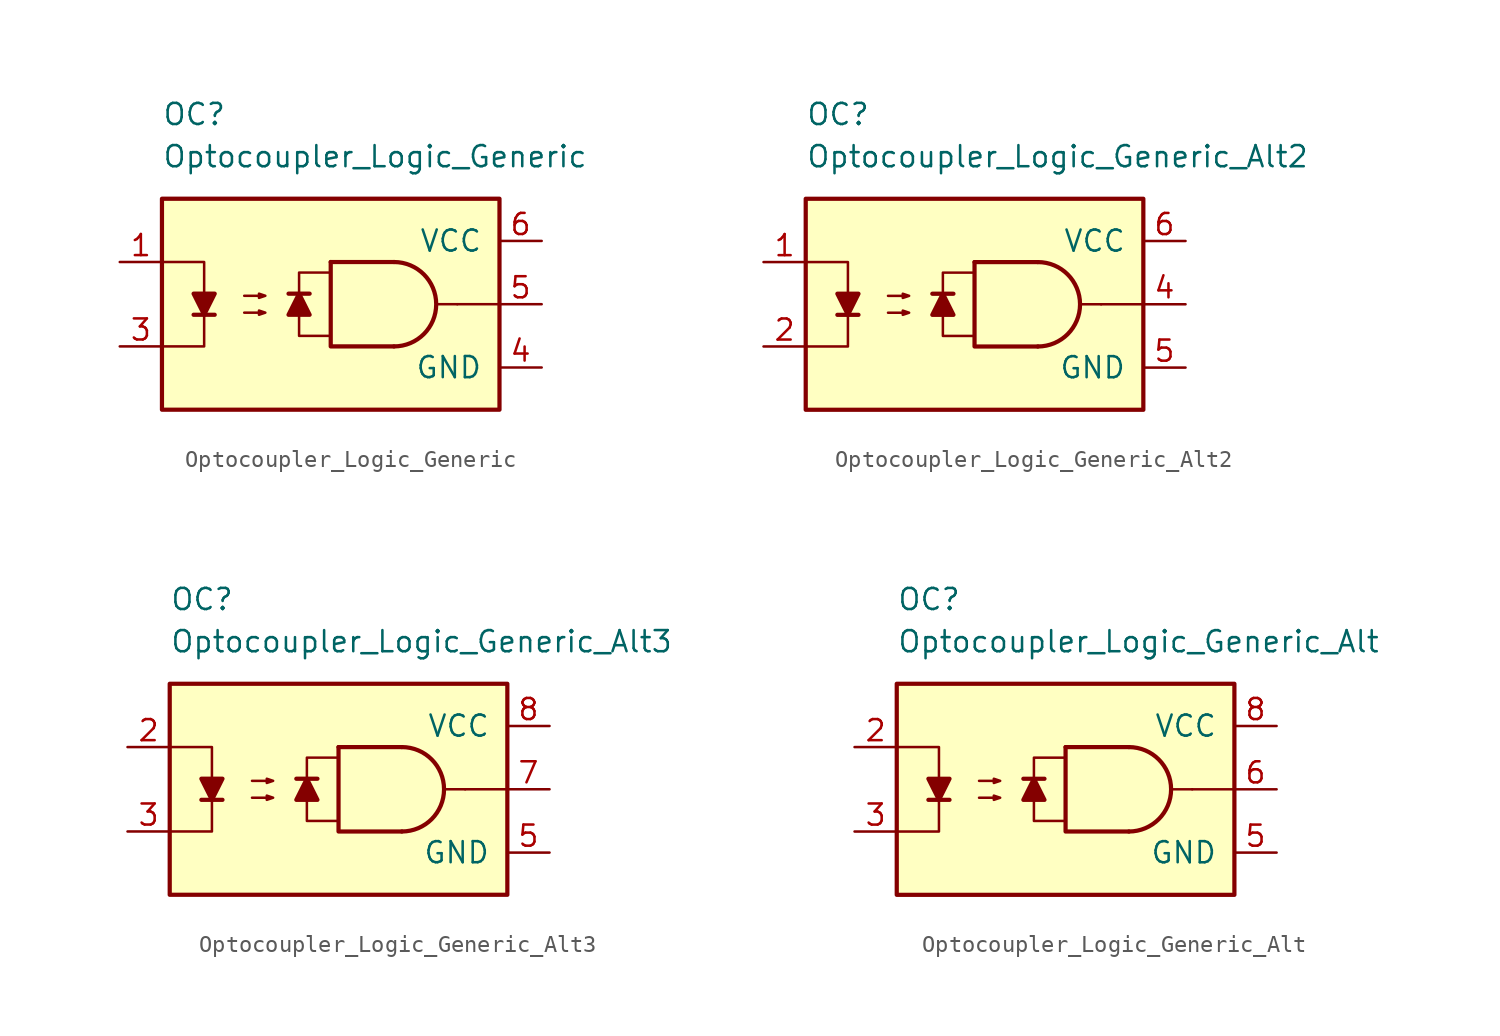
<source format=kicad_sym>
(kicad_symbol_lib
  (version 20211014)
  (generator kicad_symbol_editor)
  (symbol "Optocoupler_Logic_AKL:Optocoupler_Logic_Generic"
    (pin_names
      (offset 1.016))
    (property "Reference" "OC"
      (at -10.16 11.43 0)
      (effects (font (size 1.27 1.27)) (justify left)))
    (property "Value" "Optocoupler_Logic_Generic"
      (at -10.16 8.89 0)
      (effects (font (size 1.27 1.27)) (justify left)))
    (symbol "Optocoupler_Logic_Generic_0_0"
      (rectangle (start -10.16 6.35) (end 10.16 -6.35) (stroke (width 0.254) (type default) (color 0 0 0 0)) (fill (type background)))
      (polyline (pts (xy 7.62 0) (xy 6.35 0)) (stroke (width 0) (type default) (color 0 0 0 0)) (fill (type none)))
      (polyline (pts (xy 10.16 0) (xy 7.62 0)) (stroke (width 0) (type default) (color 0 0 0 0)) (fill (type none))))
    (symbol "Optocoupler_Logic_Generic_0_1"
      (polyline (pts (xy -8.255 -0.635) (xy -6.985 -0.635)) (stroke (width 0.254) (type default) (color 0 0 0 0)) (fill (type none)))
      (polyline (pts (xy 0 2.54) (xy 3.81 2.54)) (stroke (width 0.254) (type default) (color 0 0 0 0)) (fill (type none)))
      (polyline (pts (xy -10.16 2.54) (xy -7.62 2.54) (xy -7.62 -0.635)) (stroke (width 0) (type default) (color 0 0 0 0)) (fill (type none)))
      (polyline (pts (xy -7.62 -0.635) (xy -7.62 -2.54) (xy -10.16 -2.54)) (stroke (width 0) (type default) (color 0 0 0 0)) (fill (type none)))
      (polyline (pts (xy 0 2.54) (xy 0 -2.54) (xy 3.81 -2.54)) (stroke (width 0.254) (type default) (color 0 0 0 0)) (fill (type none)))
      (polyline (pts (xy -7.62 -0.635) (xy -8.255 0.635) (xy -6.985 0.635) (xy -7.62 -0.635)) (stroke (width 0.254) (type default) (color 0 0 0 0)) (fill (type outline)))
      (polyline (pts (xy -5.207 -0.508) (xy -3.937 -0.508) (xy -4.318 -0.635) (xy -4.318 -0.381) (xy -3.937 -0.508)) (stroke (width 0) (type default) (color 0 0 0 0)) (fill (type none)))
      (polyline (pts (xy -5.207 0.508) (xy -3.937 0.508) (xy -4.318 0.381) (xy -4.318 0.635) (xy -3.937 0.508)) (stroke (width 0) (type default) (color 0 0 0 0)) (fill (type none)))
      (arc (start 3.81 -2.54) (mid 6.35 0) (end 3.81 2.54) (stroke (width 0.254) (type default) (color 0 0 0 0)) (fill (type none))))
    (symbol "Optocoupler_Logic_Generic_1_1"
      (polyline (pts (xy -1.27 0.635) (xy -2.54 0.635)) (stroke (width 0.254) (type default) (color 0 0 0 0)) (fill (type none)))
      (polyline (pts (xy -1.905 0.635) (xy -1.27 -0.635) (xy -2.54 -0.635) (xy -1.905 0.635)) (stroke (width 0.254) (type default) (color 0 0 0 0)) (fill (type outline)))
      (polyline (pts (xy 0 -1.905) (xy -1.905 -1.905) (xy -1.905 1.905) (xy 0 1.905)) (stroke (width 0.152) (type default) (color 0 0 0 0)) (fill (type none)))
      (pin passive line (at -12.7 2.54 0) (length 2.54) (name "~" (effects (font (size 1.27 1.27)))) (number "1" (effects (font (size 1.27 1.27)))))
      (pin passive line (at -12.7 -2.54 0) (length 2.54) (name "~" (effects (font (size 1.27 1.27)))) (number "3" (effects (font (size 1.27 1.27)))))
      (pin power_in line (at 12.7 -3.81 180) (length 2.54) (name "GND" (effects (font (size 1.27 1.27)))) (number "4" (effects (font (size 1.27 1.27)))))
      (pin output line (at 12.7 0 180) (length 2.54) (name "~" (effects (font (size 1.27 1.27)))) (number "5" (effects (font (size 1.27 1.27)))))
      (pin power_in line (at 12.7 3.81 180) (length 2.54) (name "VCC" (effects (font (size 1.27 1.27)))) (number "6" (effects (font (size 1.27 1.27)))))))
  (symbol "Optocoupler_Logic_AKL:Optocoupler_Logic_Generic_Alt2"
    (pin_names
      (offset 1.016))
    (property "Reference" "OC"
      (at -10.16 11.43 0)
      (effects (font (size 1.27 1.27)) (justify left)))
    (property "Value" "Optocoupler_Logic_Generic_Alt2"
      (at -10.16 8.89 0)
      (effects (font (size 1.27 1.27)) (justify left)))
    (symbol "Optocoupler_Logic_Generic_Alt2_0_0"
      (rectangle (start -10.16 6.35) (end 10.16 -6.35) (stroke (width 0.254) (type default) (color 0 0 0 0)) (fill (type background)))
      (polyline (pts (xy 7.62 0) (xy 6.35 0)) (stroke (width 0) (type default) (color 0 0 0 0)) (fill (type none)))
      (polyline (pts (xy 10.16 0) (xy 7.62 0)) (stroke (width 0) (type default) (color 0 0 0 0)) (fill (type none))))
    (symbol "Optocoupler_Logic_Generic_Alt2_0_1"
      (polyline (pts (xy -8.255 -0.635) (xy -6.985 -0.635)) (stroke (width 0.254) (type default) (color 0 0 0 0)) (fill (type none)))
      (polyline (pts (xy 0 2.54) (xy 3.81 2.54)) (stroke (width 0.254) (type default) (color 0 0 0 0)) (fill (type none)))
      (polyline (pts (xy -10.16 2.54) (xy -7.62 2.54) (xy -7.62 -0.635)) (stroke (width 0) (type default) (color 0 0 0 0)) (fill (type none)))
      (polyline (pts (xy -7.62 -0.635) (xy -7.62 -2.54) (xy -10.16 -2.54)) (stroke (width 0) (type default) (color 0 0 0 0)) (fill (type none)))
      (polyline (pts (xy 0 2.54) (xy 0 -2.54) (xy 3.81 -2.54)) (stroke (width 0.254) (type default) (color 0 0 0 0)) (fill (type none)))
      (polyline (pts (xy -7.62 -0.635) (xy -8.255 0.635) (xy -6.985 0.635) (xy -7.62 -0.635)) (stroke (width 0.254) (type default) (color 0 0 0 0)) (fill (type outline)))
      (polyline (pts (xy -5.207 -0.508) (xy -3.937 -0.508) (xy -4.318 -0.635) (xy -4.318 -0.381) (xy -3.937 -0.508)) (stroke (width 0) (type default) (color 0 0 0 0)) (fill (type none)))
      (polyline (pts (xy -5.207 0.508) (xy -3.937 0.508) (xy -4.318 0.381) (xy -4.318 0.635) (xy -3.937 0.508)) (stroke (width 0) (type default) (color 0 0 0 0)) (fill (type none)))
      (arc (start 3.81 -2.54) (mid 6.35 0) (end 3.81 2.54) (stroke (width 0.254) (type default) (color 0 0 0 0)) (fill (type none))))
    (symbol "Optocoupler_Logic_Generic_Alt2_1_1"
      (polyline (pts (xy -1.27 0.635) (xy -2.54 0.635)) (stroke (width 0.254) (type default) (color 0 0 0 0)) (fill (type none)))
      (polyline (pts (xy -1.905 0.635) (xy -1.27 -0.635) (xy -2.54 -0.635) (xy -1.905 0.635)) (stroke (width 0.254) (type default) (color 0 0 0 0)) (fill (type outline)))
      (polyline (pts (xy 0 -1.905) (xy -1.905 -1.905) (xy -1.905 1.905) (xy 0 1.905)) (stroke (width 0.152) (type default) (color 0 0 0 0)) (fill (type none)))
      (pin passive line (at -12.7 2.54 0) (length 2.54) (name "~" (effects (font (size 1.27 1.27)))) (number "1" (effects (font (size 1.27 1.27)))))
      (pin passive line (at -12.7 -2.54 0) (length 2.54) (name "~" (effects (font (size 1.27 1.27)))) (number "2" (effects (font (size 1.27 1.27)))))
      (pin output line (at 12.7 0 180) (length 2.54) (name "~" (effects (font (size 1.27 1.27)))) (number "4" (effects (font (size 1.27 1.27)))))
      (pin power_in line (at 12.7 -3.81 180) (length 2.54) (name "GND" (effects (font (size 1.27 1.27)))) (number "5" (effects (font (size 1.27 1.27)))))
      (pin power_in line (at 12.7 3.81 180) (length 2.54) (name "VCC" (effects (font (size 1.27 1.27)))) (number "6" (effects (font (size 1.27 1.27)))))))
  (symbol "Optocoupler_Logic_AKL:Optocoupler_Logic_Generic_Alt3"
    (pin_names
      (offset 1.016))
    (property "Reference" "OC"
      (at -10.16 11.43 0)
      (effects (font (size 1.27 1.27)) (justify left)))
    (property "Value" "Optocoupler_Logic_Generic_Alt3"
      (at -10.16 8.89 0)
      (effects (font (size 1.27 1.27)) (justify left)))
    (symbol "Optocoupler_Logic_Generic_Alt3_0_0"
      (rectangle (start -10.16 6.35) (end 10.16 -6.35) (stroke (width 0.254) (type default) (color 0 0 0 0)) (fill (type background)))
      (polyline (pts (xy 7.62 0) (xy 6.35 0)) (stroke (width 0) (type default) (color 0 0 0 0)) (fill (type none)))
      (polyline (pts (xy 10.16 0) (xy 7.62 0)) (stroke (width 0) (type default) (color 0 0 0 0)) (fill (type none))))
    (symbol "Optocoupler_Logic_Generic_Alt3_0_1"
      (polyline (pts (xy -8.255 -0.635) (xy -6.985 -0.635)) (stroke (width 0.254) (type default) (color 0 0 0 0)) (fill (type none)))
      (polyline (pts (xy 0 2.54) (xy 3.81 2.54)) (stroke (width 0.254) (type default) (color 0 0 0 0)) (fill (type none)))
      (polyline (pts (xy -10.16 2.54) (xy -7.62 2.54) (xy -7.62 -0.635)) (stroke (width 0) (type default) (color 0 0 0 0)) (fill (type none)))
      (polyline (pts (xy -7.62 -0.635) (xy -7.62 -2.54) (xy -10.16 -2.54)) (stroke (width 0) (type default) (color 0 0 0 0)) (fill (type none)))
      (polyline (pts (xy 0 2.54) (xy 0 -2.54) (xy 3.81 -2.54)) (stroke (width 0.254) (type default) (color 0 0 0 0)) (fill (type none)))
      (polyline (pts (xy -7.62 -0.635) (xy -8.255 0.635) (xy -6.985 0.635) (xy -7.62 -0.635)) (stroke (width 0.254) (type default) (color 0 0 0 0)) (fill (type outline)))
      (polyline (pts (xy -5.207 -0.508) (xy -3.937 -0.508) (xy -4.318 -0.635) (xy -4.318 -0.381) (xy -3.937 -0.508)) (stroke (width 0) (type default) (color 0 0 0 0)) (fill (type none)))
      (polyline (pts (xy -5.207 0.508) (xy -3.937 0.508) (xy -4.318 0.381) (xy -4.318 0.635) (xy -3.937 0.508)) (stroke (width 0) (type default) (color 0 0 0 0)) (fill (type none)))
      (arc (start 3.81 -2.54) (mid 6.35 0) (end 3.81 2.54) (stroke (width 0.254) (type default) (color 0 0 0 0)) (fill (type none))))
    (symbol "Optocoupler_Logic_Generic_Alt3_1_1"
      (polyline (pts (xy -1.27 0.635) (xy -2.54 0.635)) (stroke (width 0.254) (type default) (color 0 0 0 0)) (fill (type none)))
      (polyline (pts (xy -1.905 0.635) (xy -1.27 -0.635) (xy -2.54 -0.635) (xy -1.905 0.635)) (stroke (width 0.254) (type default) (color 0 0 0 0)) (fill (type outline)))
      (polyline (pts (xy 0 -1.905) (xy -1.905 -1.905) (xy -1.905 1.905) (xy 0 1.905)) (stroke (width 0.152) (type default) (color 0 0 0 0)) (fill (type none)))
      (pin passive line (at -12.7 2.54 0) (length 2.54) (name "~" (effects (font (size 1.27 1.27)))) (number "2" (effects (font (size 1.27 1.27)))))
      (pin passive line (at -12.7 -2.54 0) (length 2.54) (name "~" (effects (font (size 1.27 1.27)))) (number "3" (effects (font (size 1.27 1.27)))))
      (pin power_in line (at 12.7 -3.81 180) (length 2.54) (name "GND" (effects (font (size 1.27 1.27)))) (number "5" (effects (font (size 1.27 1.27)))))
      (pin power_out line (at 12.7 0 180) (length 2.54) (name "~" (effects (font (size 1.27 1.27)))) (number "7" (effects (font (size 1.27 1.27)))))
      (pin power_in line (at 12.7 3.81 180) (length 2.54) (name "VCC" (effects (font (size 1.27 1.27)))) (number "8" (effects (font (size 1.27 1.27)))))))
  (symbol "Optocoupler_Logic_AKL:Optocoupler_Logic_Generic_Alt"
    (pin_names
      (offset 1.016))
    (property "Reference" "OC"
      (at -10.16 11.43 0)
      (effects (font (size 1.27 1.27)) (justify left)))
    (property "Value" "Optocoupler_Logic_Generic_Alt"
      (at -10.16 8.89 0)
      (effects (font (size 1.27 1.27)) (justify left)))
    (symbol "Optocoupler_Logic_Generic_Alt_0_0"
      (rectangle (start -10.16 6.35) (end 10.16 -6.35) (stroke (width 0.254) (type default) (color 0 0 0 0)) (fill (type background)))
      (polyline (pts (xy 7.62 0) (xy 6.35 0)) (stroke (width 0) (type default) (color 0 0 0 0)) (fill (type none)))
      (polyline (pts (xy 10.16 0) (xy 7.62 0)) (stroke (width 0) (type default) (color 0 0 0 0)) (fill (type none))))
    (symbol "Optocoupler_Logic_Generic_Alt_0_1"
      (polyline (pts (xy -8.255 -0.635) (xy -6.985 -0.635)) (stroke (width 0.254) (type default) (color 0 0 0 0)) (fill (type none)))
      (polyline (pts (xy 0 2.54) (xy 3.81 2.54)) (stroke (width 0.254) (type default) (color 0 0 0 0)) (fill (type none)))
      (polyline (pts (xy -10.16 2.54) (xy -7.62 2.54) (xy -7.62 -0.635)) (stroke (width 0) (type default) (color 0 0 0 0)) (fill (type none)))
      (polyline (pts (xy -7.62 -0.635) (xy -7.62 -2.54) (xy -10.16 -2.54)) (stroke (width 0) (type default) (color 0 0 0 0)) (fill (type none)))
      (polyline (pts (xy 0 2.54) (xy 0 -2.54) (xy 3.81 -2.54)) (stroke (width 0.254) (type default) (color 0 0 0 0)) (fill (type none)))
      (polyline (pts (xy -7.62 -0.635) (xy -8.255 0.635) (xy -6.985 0.635) (xy -7.62 -0.635)) (stroke (width 0.254) (type default) (color 0 0 0 0)) (fill (type outline)))
      (polyline (pts (xy -5.207 -0.508) (xy -3.937 -0.508) (xy -4.318 -0.635) (xy -4.318 -0.381) (xy -3.937 -0.508)) (stroke (width 0) (type default) (color 0 0 0 0)) (fill (type none)))
      (polyline (pts (xy -5.207 0.508) (xy -3.937 0.508) (xy -4.318 0.381) (xy -4.318 0.635) (xy -3.937 0.508)) (stroke (width 0) (type default) (color 0 0 0 0)) (fill (type none)))
      (arc (start 3.81 -2.54) (mid 6.35 0) (end 3.81 2.54) (stroke (width 0.254) (type default) (color 0 0 0 0)) (fill (type none))))
    (symbol "Optocoupler_Logic_Generic_Alt_1_1"
      (polyline (pts (xy -1.27 0.635) (xy -2.54 0.635)) (stroke (width 0.254) (type default) (color 0 0 0 0)) (fill (type none)))
      (polyline (pts (xy -1.905 0.635) (xy -1.27 -0.635) (xy -2.54 -0.635) (xy -1.905 0.635)) (stroke (width 0.254) (type default) (color 0 0 0 0)) (fill (type outline)))
      (polyline (pts (xy 0 -1.905) (xy -1.905 -1.905) (xy -1.905 1.905) (xy 0 1.905)) (stroke (width 0.152) (type default) (color 0 0 0 0)) (fill (type none)))
      (pin passive line (at -12.7 2.54 0) (length 2.54) (name "~" (effects (font (size 1.27 1.27)))) (number "2" (effects (font (size 1.27 1.27)))))
      (pin passive line (at -12.7 -2.54 0) (length 2.54) (name "~" (effects (font (size 1.27 1.27)))) (number "3" (effects (font (size 1.27 1.27)))))
      (pin power_in line (at 12.7 -3.81 180) (length 2.54) (name "GND" (effects (font (size 1.27 1.27)))) (number "5" (effects (font (size 1.27 1.27)))))
      (pin output line (at 12.7 0 180) (length 2.54) (name "~" (effects (font (size 1.27 1.27)))) (number "6" (effects (font (size 1.27 1.27)))))
      (pin power_in line (at 12.7 3.81 180) (length 2.54) (name "VCC" (effects (font (size 1.27 1.27)))) (number "8" (effects (font (size 1.27 1.27))))))))
</source>
